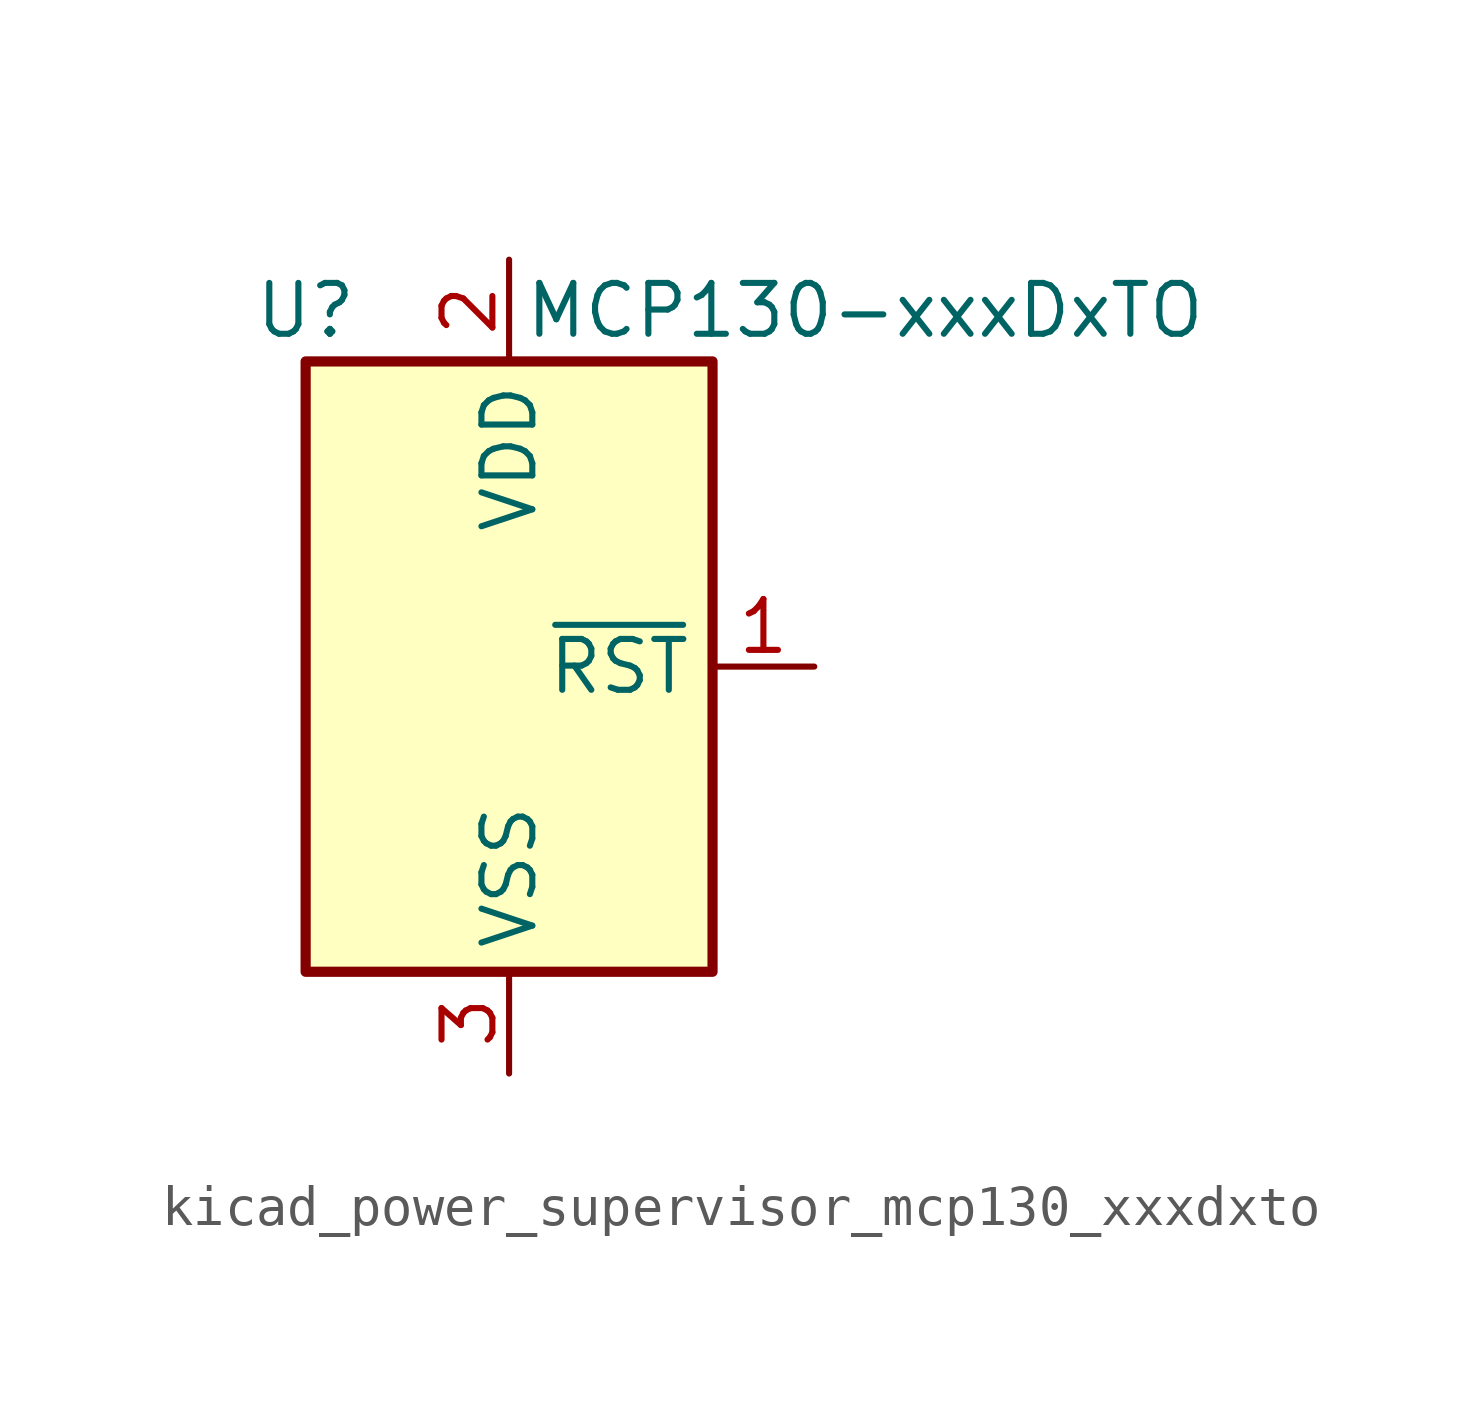
<source format=kicad_sym>
(kicad_symbol_lib
  (version 20220914)
  (generator kicad_symbol_editor)
  (symbol "kicad_power_supervisor_mcp130_xxxdxto"
    (property "Reference" "U"
      (at -5.08 8.89 0)
      (effects (font (size 1.27 1.27))))
    (property "Value" "MCP130-xxxDxTO"
      (at 8.89 8.89 0)
      (effects (font (size 1.27 1.27))))
    (symbol "kicad_power_supervisor_mcp130_xxxdxto_0_1"
      (rectangle (start 5.08 7.62) (end -5.08 -7.62) (stroke (width 0.254) (type default)) (fill (type background)))
      (pin power_in line (at 0 10.16 270) (length 2.54) (name "VDD" (effects (font (size 1.27 1.27)))) (number "2" (effects (font (size 1.27 1.27))))))
    (symbol "kicad_power_supervisor_mcp130_xxxdxto_1_1"
      (pin open_collector line (at 7.62 0 180) (length 2.54) (name "~{RST}" (effects (font (size 1.27 1.27)))) (number "1" (effects (font (size 1.27 1.27)))))
      (pin power_in line (at 0 -10.16 90) (length 2.54) (name "VSS" (effects (font (size 1.27 1.27)))) (number "3" (effects (font (size 1.27 1.27))))))))
</source>
